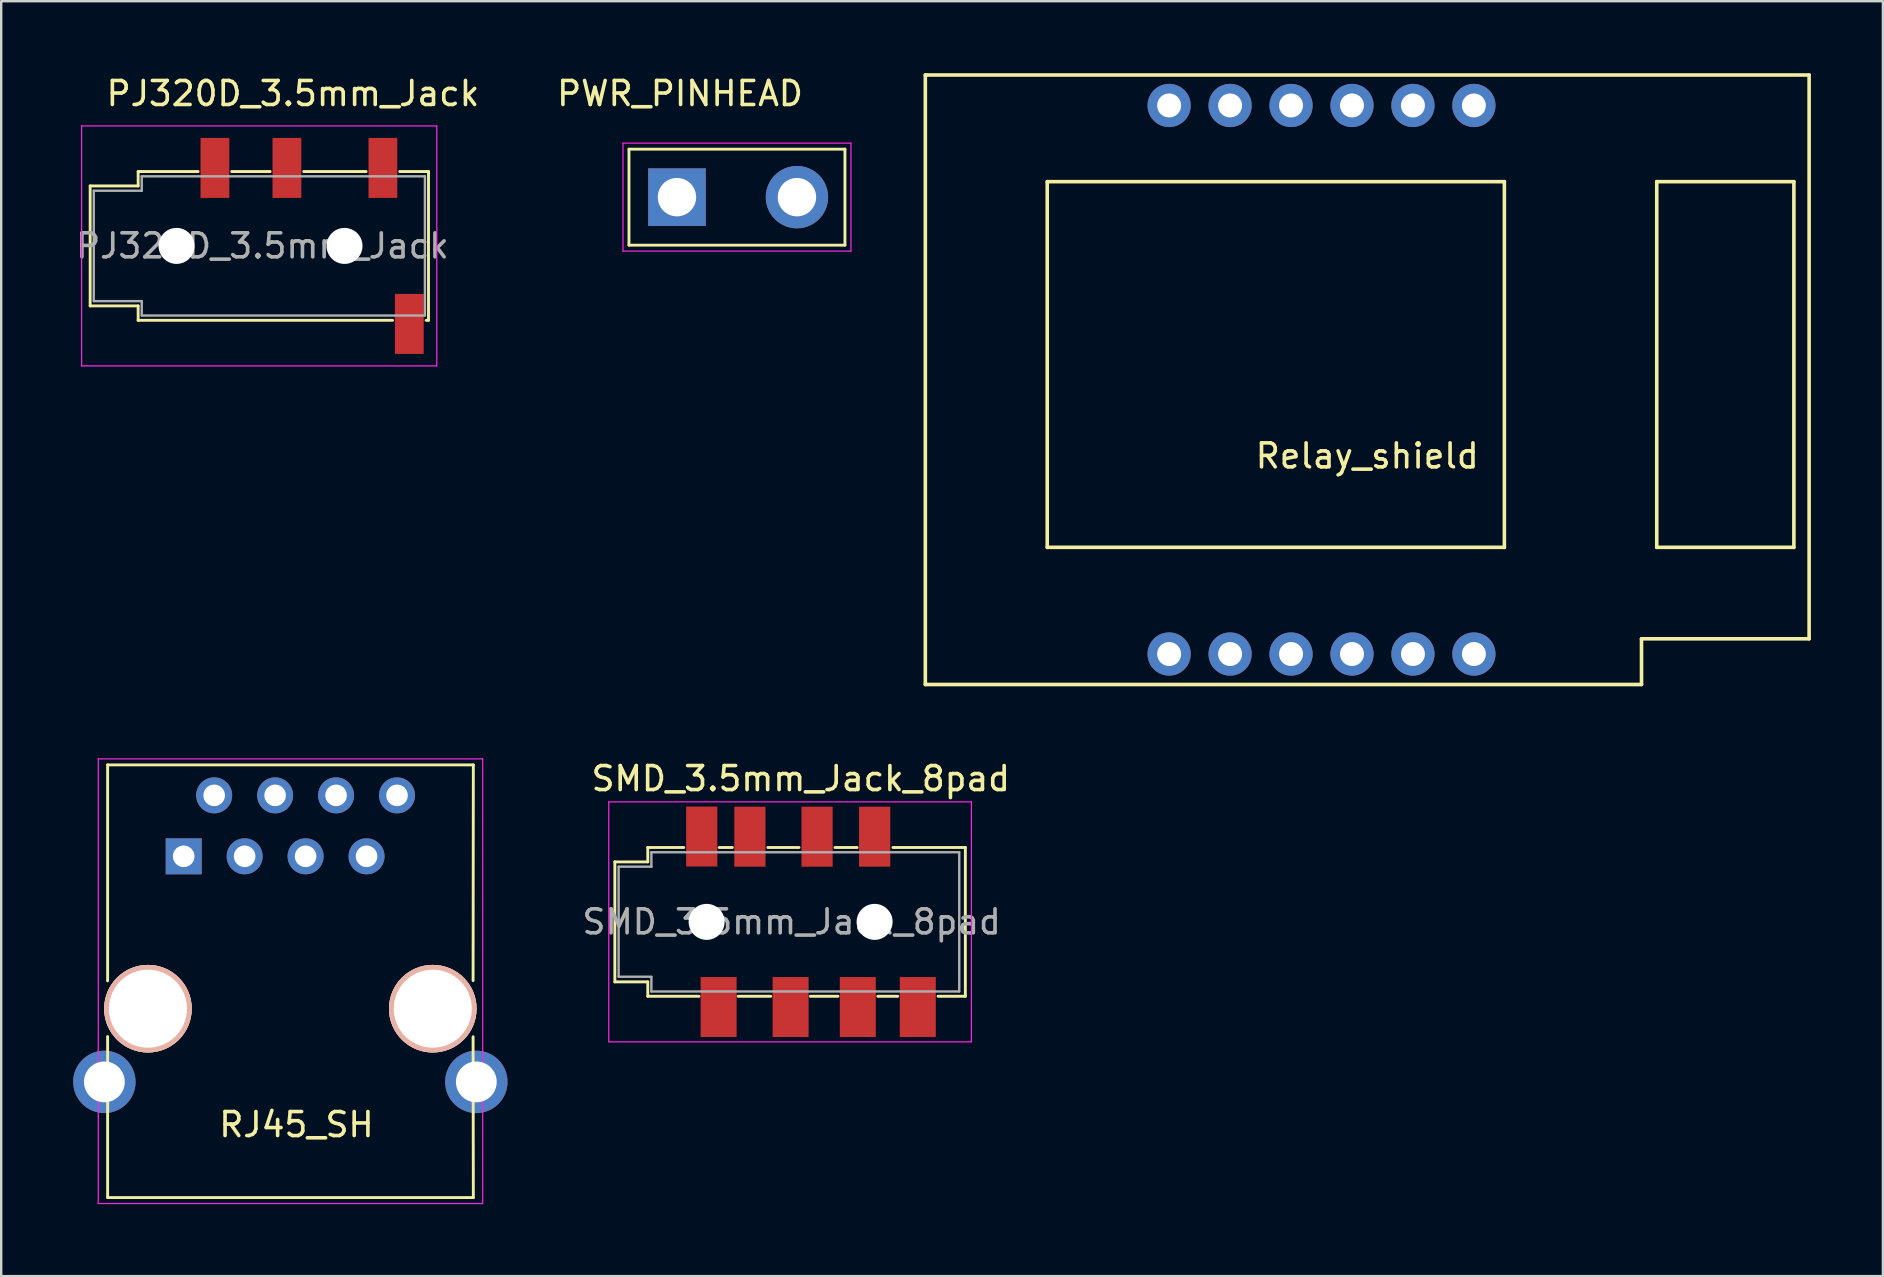
<source format=kicad_pcb>
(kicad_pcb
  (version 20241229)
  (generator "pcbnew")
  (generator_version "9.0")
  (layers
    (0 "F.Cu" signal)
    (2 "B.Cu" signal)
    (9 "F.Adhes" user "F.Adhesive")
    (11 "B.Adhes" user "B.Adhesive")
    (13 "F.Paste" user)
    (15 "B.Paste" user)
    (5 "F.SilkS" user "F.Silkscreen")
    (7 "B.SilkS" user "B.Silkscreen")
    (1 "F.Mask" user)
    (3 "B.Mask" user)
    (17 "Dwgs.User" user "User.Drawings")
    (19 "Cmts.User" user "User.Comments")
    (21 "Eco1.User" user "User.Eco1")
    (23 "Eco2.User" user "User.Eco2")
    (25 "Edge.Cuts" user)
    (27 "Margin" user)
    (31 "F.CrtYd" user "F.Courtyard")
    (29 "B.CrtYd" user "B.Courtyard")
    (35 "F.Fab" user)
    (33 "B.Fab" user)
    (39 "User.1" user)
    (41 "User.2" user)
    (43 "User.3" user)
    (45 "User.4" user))
  (footprint "RJ45_SH"
    (layer "F.Cu")
    (at 9.05 38.985)
    (property "Reference" "RJ45_SH" (at 0.255 4.83 0) (layer "F.SilkS") (effects (font (size 1 1) (thickness 0.15))))
    (attr through_hole)
    (fp_line (start -7.615 -10.16) (end -7.615 -1.16) (stroke (width 0.12) (type solid)) (layer "F.SilkS"))
    (fp_line (start -7.615 1.16) (end -7.615 7.87) (stroke (width 0.12) (type solid)) (layer "F.SilkS"))
    (fp_line (start -7.615 7.87) (end 7.625 7.87) (stroke (width 0.12) (type solid)) (layer "F.SilkS"))
    (fp_line (start 7.615 1.17) (end 7.625 7.87) (stroke (width 0.12) (type solid)) (layer "F.SilkS"))
    (fp_line (start 7.625 -10.16) (end -7.615 -10.16) (stroke (width 0.12) (type solid)) (layer "F.SilkS"))
    (fp_line (start 7.625 -10.16) (end 7.615 -1.17) (stroke (width 0.12) (type solid)) (layer "F.SilkS"))
    (fp_line (start -8.005 -10.41) (end -8.005 8.12) (stroke (width 0.05) (type solid)) (layer "F.CrtYd"))
    (fp_line (start -8.005 -10.41) (end 8.015 -10.41) (stroke (width 0.05) (type solid)) (layer "F.CrtYd"))
    (fp_line (start 8.015 8.12) (end -8.005 8.12) (stroke (width 0.05) (type solid)) (layer "F.CrtYd"))
    (fp_line (start 8.015 8.12) (end 8.015 -10.41) (stroke (width 0.05) (type solid)) (layer "F.CrtYd"))
    (pad "" np_thru_hole circle (at -5.935 0) (size 3.65 3.65) (drill 3.25) (layers "*.Cu" "*.SilkS" "*.Mask"))
    (pad "" np_thru_hole circle (at 5.935 0) (size 3.65 3.65) (drill 3.25) (layers "*.Cu" "*.SilkS" "*.Mask"))
    (pad "1" thru_hole rect (at -4.445 -6.35) (size 1.5 1.5) (drill 0.9) (layers "*.Cu" "*.Mask"))
    (pad "2" thru_hole circle (at -3.175 -8.89) (size 1.5 1.5) (drill 0.9) (layers "*.Cu" "*.Mask"))
    (pad "3" thru_hole circle (at -1.905 -6.35) (size 1.5 1.5) (drill 0.9) (layers "*.Cu" "*.Mask"))
    (pad "4" thru_hole circle (at -0.635 -8.89) (size 1.5 1.5) (drill 0.9) (layers "*.Cu" "*.Mask"))
    (pad "5" thru_hole circle (at 0.635 -6.35) (size 1.5 1.5) (drill 0.9) (layers "*.Cu" "*.Mask"))
    (pad "6" thru_hole circle (at 1.905 -8.89) (size 1.5 1.5) (drill 0.9) (layers "*.Cu" "*.Mask"))
    (pad "7" thru_hole circle (at 3.175 -6.35) (size 1.5 1.5) (drill 0.9) (layers "*.Cu" "*.Mask"))
    (pad "8" thru_hole circle (at 4.445 -8.89) (size 1.5 1.5) (drill 0.9) (layers "*.Cu" "*.Mask"))
    (pad "9" thru_hole circle (at -7.75 3.05) (size 2.6 2.6) (drill 1.7) (layers "*.Cu" "*.Mask"))
    (pad "10" thru_hole circle (at 7.75 3.05) (size 2.6 2.6) (drill 1.7) (layers "*.Cu" "*.Mask")))
  (footprint "PJ320D_3.5mm_Jack"
    (layer "F.Cu")
    (at 9.082 7.198)
    (property "Reference" "PJ320D_3.5mm_Jack" (at 0.075 -6.35 0) (layer "F.SilkS") (effects (font (size 1 1) (thickness 0.15))))
    (attr smd)
    (fp_line (start -8.375 -2.5) (end -8.375 2.5) (stroke (width 0.12) (type solid)) (layer "F.SilkS"))
    (fp_line (start -6.375 -3.1) (end -6.375 -2.5) (stroke (width 0.12) (type solid)) (layer "F.SilkS"))
    (fp_line (start -6.375 -3.1) (end -3.875 -3.1) (stroke (width 0.12) (type solid)) (layer "F.SilkS"))
    (fp_line (start -6.375 -2.5) (end -8.375 -2.5) (stroke (width 0.12) (type solid)) (layer "F.SilkS"))
    (fp_line (start -6.375 2.5) (end -8.375 2.5) (stroke (width 0.12) (type solid)) (layer "F.SilkS"))
    (fp_line (start -6.375 2.5) (end -6.375 3.1) (stroke (width 0.12) (type solid)) (layer "F.SilkS"))
    (fp_line (start -2.475 -3.1) (end -0.875 -3.1) (stroke (width 0.12) (type solid)) (layer "F.SilkS"))
    (fp_line (start 0.525 -3.1) (end 3.125 -3.1) (stroke (width 0.12) (type solid)) (layer "F.SilkS"))
    (fp_line (start 4.225 3.1) (end -6.375 3.1) (stroke (width 0.12) (type solid)) (layer "F.SilkS"))
    (fp_line (start 4.525 -3.1) (end 5.725 -3.1) (stroke (width 0.12) (type solid)) (layer "F.SilkS"))
    (fp_line (start 5.625 3.1) (end 5.725 3.1) (stroke (width 0.12) (type solid)) (layer "F.SilkS"))
    (fp_line (start 5.725 3.1) (end 5.725 -3.1) (stroke (width 0.12) (type solid)) (layer "F.SilkS"))
    (fp_line (start -8.73 -5) (end 6.07 -5) (stroke (width 0.05) (type solid)) (layer "F.CrtYd"))
    (fp_line (start -8.73 5) (end -8.73 -5) (stroke (width 0.05) (type solid)) (layer "F.CrtYd"))
    (fp_line (start -8.73 5) (end 6.07 5) (stroke (width 0.05) (type solid)) (layer "F.CrtYd"))
    (fp_line (start 6.07 5) (end 6.07 -5) (stroke (width 0.05) (type solid)) (layer "F.CrtYd"))
    (fp_line (start -8.225 -2.3) (end -6.225 -2.3) (stroke (width 0.1) (type solid)) (layer "F.Fab"))
    (fp_line (start -8.225 2.3) (end -8.225 -2.3) (stroke (width 0.1) (type solid)) (layer "F.Fab"))
    (fp_line (start -6.225 -2.9) (end 5.575 -2.9) (stroke (width 0.1) (type solid)) (layer "F.Fab"))
    (fp_line (start -6.225 -2.3) (end -6.225 -2.9) (stroke (width 0.1) (type solid)) (layer "F.Fab"))
    (fp_line (start -6.225 2.3) (end -8.225 2.3) (stroke (width 0.1) (type solid)) (layer "F.Fab"))
    (fp_line (start -6.225 2.9) (end -6.225 2.3) (stroke (width 0.1) (type solid)) (layer "F.Fab"))
    (fp_line (start 5.575 -2.9) (end 5.575 2.9) (stroke (width 0.1) (type solid)) (layer "F.Fab"))
    (fp_line (start 5.575 2.9) (end -6.225 2.9) (stroke (width 0.1) (type solid)) (layer "F.Fab"))
    (fp_text user "${REFERENCE}" (at -1.195 0 0) (layer "F.Fab") (effects (font (size 1 1) (thickness 0.15))))
    (pad "" np_thru_hole circle (at -4.775 0) (size 1.5 1.5) (drill 1.5) (layers "*.Cu" "*.Mask"))
    (pad "" np_thru_hole circle (at 2.225 0) (size 1.5 1.5) (drill 1.5) (layers "*.Cu" "*.Mask"))
    (pad "1" smd rect (at 3.825 -3.25) (size 1.2 2.5) (layers "F.Cu" "F.Mask" "F.Paste"))
    (pad "2" smd rect (at -0.175 -3.25) (size 1.2 2.5) (layers "F.Cu" "F.Mask" "F.Paste"))
    (pad "3" smd rect (at -3.175 -3.25) (size 1.2 2.5) (layers "F.Cu" "F.Mask" "F.Paste"))
    (pad "4" smd rect (at 4.925 3.25) (size 1.2 2.5) (layers "F.Cu" "F.Mask" "F.Paste")))
  (footprint "Relay_shield"
    (layer "F.Cu")
    (at 53.291 12.775)
    (property "Reference" "Relay_shield" (at 0.635 3.175 0) (layer "F.SilkS") (effects (font (size 1 1) (thickness 0.15))))
    (attr through_hole)
    (fp_line (start -17.78 -12.7) (end -17.78 12.7) (stroke (width 0.15) (type solid)) (layer "F.SilkS"))
    (fp_line (start -17.78 -12.7) (end 19.05 -12.7) (stroke (width 0.15) (type solid)) (layer "F.SilkS"))
    (fp_line (start -17.78 12.7) (end 12.065 12.7) (stroke (width 0.15) (type solid)) (layer "F.SilkS"))
    (fp_line (start -12.7 -8.255) (end 6.35 -8.255) (stroke (width 0.15) (type solid)) (layer "F.SilkS"))
    (fp_line (start -12.7 6.985) (end -12.7 -8.255) (stroke (width 0.15) (type solid)) (layer "F.SilkS"))
    (fp_line (start 6.35 -8.255) (end 6.35 6.985) (stroke (width 0.15) (type solid)) (layer "F.SilkS"))
    (fp_line (start 6.35 6.985) (end -12.7 6.985) (stroke (width 0.15) (type solid)) (layer "F.SilkS"))
    (fp_line (start 12.065 10.795) (end 19.05 10.795) (stroke (width 0.15) (type solid)) (layer "F.SilkS"))
    (fp_line (start 12.065 12.7) (end 12.065 10.795) (stroke (width 0.15) (type solid)) (layer "F.SilkS"))
    (fp_line (start 12.7 -8.255) (end 12.7 6.985) (stroke (width 0.15) (type solid)) (layer "F.SilkS"))
    (fp_line (start 12.7 6.985) (end 18.415 6.985) (stroke (width 0.15) (type solid)) (layer "F.SilkS"))
    (fp_line (start 18.415 -8.255) (end 12.7 -8.255) (stroke (width 0.15) (type solid)) (layer "F.SilkS"))
    (fp_line (start 18.415 6.985) (end 18.415 -8.255) (stroke (width 0.15) (type solid)) (layer "F.SilkS"))
    (fp_line (start 19.05 -12.7) (end 19.05 10.795) (stroke (width 0.15) (type solid)) (layer "F.SilkS"))
    (pad "1" thru_hole circle (at -7.62 -11.43) (size 1.8 1.8) (drill 1) (layers "*.Cu" "*.Mask"))
    (pad "2" thru_hole circle (at -5.08 -11.43) (size 1.8 1.8) (drill 1) (layers "*.Cu" "*.Mask"))
    (pad "3" thru_hole circle (at -2.54 -11.43) (size 1.8 1.8) (drill 1) (layers "*.Cu" "*.Mask"))
    (pad "4" thru_hole circle (at 0 -11.43) (size 1.8 1.8) (drill 1) (layers "*.Cu" "*.Mask"))
    (pad "5" thru_hole circle (at 2.54 -11.43) (size 1.8 1.8) (drill 1) (layers "*.Cu" "*.Mask"))
    (pad "6" thru_hole circle (at 5.08 -11.43) (size 1.8 1.8) (drill 1) (layers "*.Cu" "*.Mask"))
    (pad "7" thru_hole circle (at -7.62 11.43) (size 1.8 1.8) (drill 1) (layers "*.Cu" "*.Mask"))
    (pad "8" thru_hole circle (at -5.08 11.43) (size 1.8 1.8) (drill 1) (layers "*.Cu" "*.Mask"))
    (pad "9" thru_hole circle (at -2.54 11.43) (size 1.8 1.8) (drill 1) (layers "*.Cu" "*.Mask"))
    (pad "10" thru_hole circle (at 0 11.43) (size 1.8 1.8) (drill 1) (layers "*.Cu" "*.Mask"))
    (pad "11" thru_hole circle (at 2.54 11.43) (size 1.8 1.8) (drill 1) (layers "*.Cu" "*.Mask"))
    (pad "12" thru_hole circle (at 5.08 11.43) (size 1.8 1.8) (drill 1) (layers "*.Cu" "*.Mask")))
  (footprint "PWR_PINHEAD"
    (layer "F.Cu")
    (at 25.161 5.166)
    (property "Reference" "PWR_PINHEAD" (at 0.127 -4.318 0) (layer "F.SilkS") (effects (font (size 1 1) (thickness 0.15))))
    (attr through_hole)
    (fp_line (start -2 -2) (end -2 2) (stroke (width 0.12) (type solid)) (layer "F.SilkS"))
    (fp_line (start -2 -2) (end 7 -2) (stroke (width 0.12) (type solid)) (layer "F.SilkS"))
    (fp_line (start 7 -2) (end 7 2) (stroke (width 0.12) (type solid)) (layer "F.SilkS"))
    (fp_line (start 7 2) (end -2 2) (stroke (width 0.12) (type solid)) (layer "F.SilkS"))
    (fp_line (start -2.25 -2.25) (end -2.25 2.25) (stroke (width 0.05) (type solid)) (layer "F.CrtYd"))
    (fp_line (start -2.25 -2.25) (end 7.25 -2.25) (stroke (width 0.05) (type solid)) (layer "F.CrtYd"))
    (fp_line (start 7.25 2.25) (end -2.25 2.25) (stroke (width 0.05) (type solid)) (layer "F.CrtYd"))
    (fp_line (start 7.25 2.25) (end 7.25 -2.25) (stroke (width 0.05) (type solid)) (layer "F.CrtYd"))
    (pad "1" thru_hole rect (at 0 0) (size 2.4 2.4) (drill 1.6) (layers "*.Cu" "*.Mask"))
    (pad "2" thru_hole oval (at 5 0) (size 2.6 2.6) (drill 1.6) (layers "*.Cu" "*.Mask")))
  (footprint "SMD_3.5mm_Jack_8pad"
    (layer "F.Cu")
    (at 30.32 35.367)
    (property "Reference" "SMD_3.5mm_Jack_8pad" (at 0 -5.969 0) (layer "F.SilkS") (effects (font (size 1 1) (thickness 0.15))))
    (attr smd)
    (fp_line (start -7.747 -2.5) (end -7.747 2.5) (stroke (width 0.12) (type solid)) (layer "F.SilkS"))
    (fp_line (start -6.375 -3.1) (end -6.375 -2.5) (stroke (width 0.12) (type solid)) (layer "F.SilkS"))
    (fp_line (start -6.375 -3.1) (end -4.876 -3.1) (stroke (width 0.12) (type solid)) (layer "F.SilkS"))
    (fp_line (start -6.375 -2.5) (end -7.748 -2.5) (stroke (width 0.12) (type solid)) (layer "F.SilkS"))
    (fp_line (start -6.375 2.5) (end -7.748 2.5) (stroke (width 0.12) (type solid)) (layer "F.SilkS"))
    (fp_line (start -6.375 2.5) (end -6.375 3.1) (stroke (width 0.12) (type solid)) (layer "F.SilkS"))
    (fp_line (start -4.24 3.1) (end -6.375 3.1) (stroke (width 0.12) (type solid)) (layer "F.SilkS"))
    (fp_line (start -3.398 -3.1) (end -2.852 -3.1) (stroke (width 0.12) (type solid)) (layer "F.SilkS"))
    (fp_line (start -1.372 -3.1) (end -0.073 -3.1) (stroke (width 0.12) (type solid)) (layer "F.SilkS"))
    (fp_line (start -1.25 3.1) (end -2.61 3.1) (stroke (width 0.12) (type solid)) (layer "F.SilkS"))
    (fp_line (start 1.425 -3.1) (end 2.347 -3.1) (stroke (width 0.12) (type solid)) (layer "F.SilkS"))
    (fp_line (start 1.55 3.1) (end 0.4 3.1) (stroke (width 0.12) (type solid)) (layer "F.SilkS"))
    (fp_line (start 3.842 -3.1) (end 6.859 -3.1) (stroke (width 0.12) (type solid)) (layer "F.SilkS"))
    (fp_line (start 4.042 3.1) (end 3.21 3.1) (stroke (width 0.12) (type solid)) (layer "F.SilkS"))
    (fp_line (start 5.72 3.1) (end 6.859 3.1) (stroke (width 0.12) (type solid)) (layer "F.SilkS"))
    (fp_line (start 6.858 3.1) (end 6.858 -3.1) (stroke (width 0.12) (type solid)) (layer "F.SilkS"))
    (fp_line (start -8.001 -5) (end 7.112 -5) (stroke (width 0.05) (type solid)) (layer "F.CrtYd"))
    (fp_line (start -8.001 5) (end 7.112 5) (stroke (width 0.05) (type solid)) (layer "F.CrtYd"))
    (fp_line (start -8.001 5) (end -8.001 -5) (stroke (width 0.05) (type solid)) (layer "F.CrtYd"))
    (fp_line (start 7.112 5) (end 7.112 -5) (stroke (width 0.05) (type solid)) (layer "F.CrtYd"))
    (fp_line (start -7.59 2.286) (end -6.223 2.286) (stroke (width 0.1) (type solid)) (layer "F.Fab"))
    (fp_line (start -7.59 -2.3) (end -6.223 -2.3) (stroke (width 0.1) (type solid)) (layer "F.Fab"))
    (fp_line (start -7.59 2.286) (end -7.59 -2.3) (stroke (width 0.1) (type solid)) (layer "F.Fab"))
    (fp_line (start -6.225 -2.9) (end 6.604 -2.9) (stroke (width 0.1) (type solid)) (layer "F.Fab"))
    (fp_line (start -6.225 -2.3) (end -6.225 -2.9) (stroke (width 0.1) (type solid)) (layer "F.Fab"))
    (fp_line (start -6.225 2.9) (end -6.225 2.3) (stroke (width 0.1) (type solid)) (layer "F.Fab"))
    (fp_line (start 6.604 -2.9) (end 6.604 2.9) (stroke (width 0.1) (type solid)) (layer "F.Fab"))
    (fp_line (start 6.604 2.9) (end -6.225 2.9) (stroke (width 0.1) (type solid)) (layer "F.Fab"))
    (fp_text user "${REFERENCE}" (at -0.381 0 0) (layer "F.Fab") (effects (font (size 1 1) (thickness 0.15))))
    (pad "" np_thru_hole circle (at -3.923 0) (size 1.5 1.5) (drill 1.5) (layers "*.Cu" "*.Mask"))
    (pad "" np_thru_hole circle (at 3.077 0) (size 1.5 1.5) (drill 1.5) (layers "*.Cu" "*.Mask"))
    (pad "1" smd rect (at -3.423 3.55) (size 1.5 2.5) (layers "F.Cu" "F.Mask" "F.Paste"))
    (pad "2" smd rect (at -0.423 3.55) (size 1.5 2.5) (layers "F.Cu" "F.Mask" "F.Paste"))
    (pad "3" smd rect (at 2.377 3.55) (size 1.5 2.5) (layers "F.Cu" "F.Mask" "F.Paste"))
    (pad "4" smd rect (at 3.08 -3.55) (size 1.3 2.5) (layers "F.Cu" "F.Mask" "F.Paste"))
    (pad "5" smd rect (at -2.12 -3.55) (size 1.3 2.5) (layers "F.Cu" "F.Mask" "F.Paste"))
    (pad "6" smd rect (at 0.68 -3.55) (size 1.3 2.5) (layers "F.Cu" "F.Mask" "F.Paste"))
    (pad "7" smd rect (at 4.877 3.55) (size 1.5 2.5) (layers "F.Cu" "F.Mask" "F.Paste"))
    (pad "8" smd rect (at -4.126 -3.556) (size 1.3 2.5) (layers "F.Cu" "F.Mask" "F.Paste")))
  (gr_rect
    (start -3 -3)
    (end 75.416 50.13)
    (stroke (width 0.1) (type default))
    (fill no)
    (layer "Edge.Cuts")))
</source>
